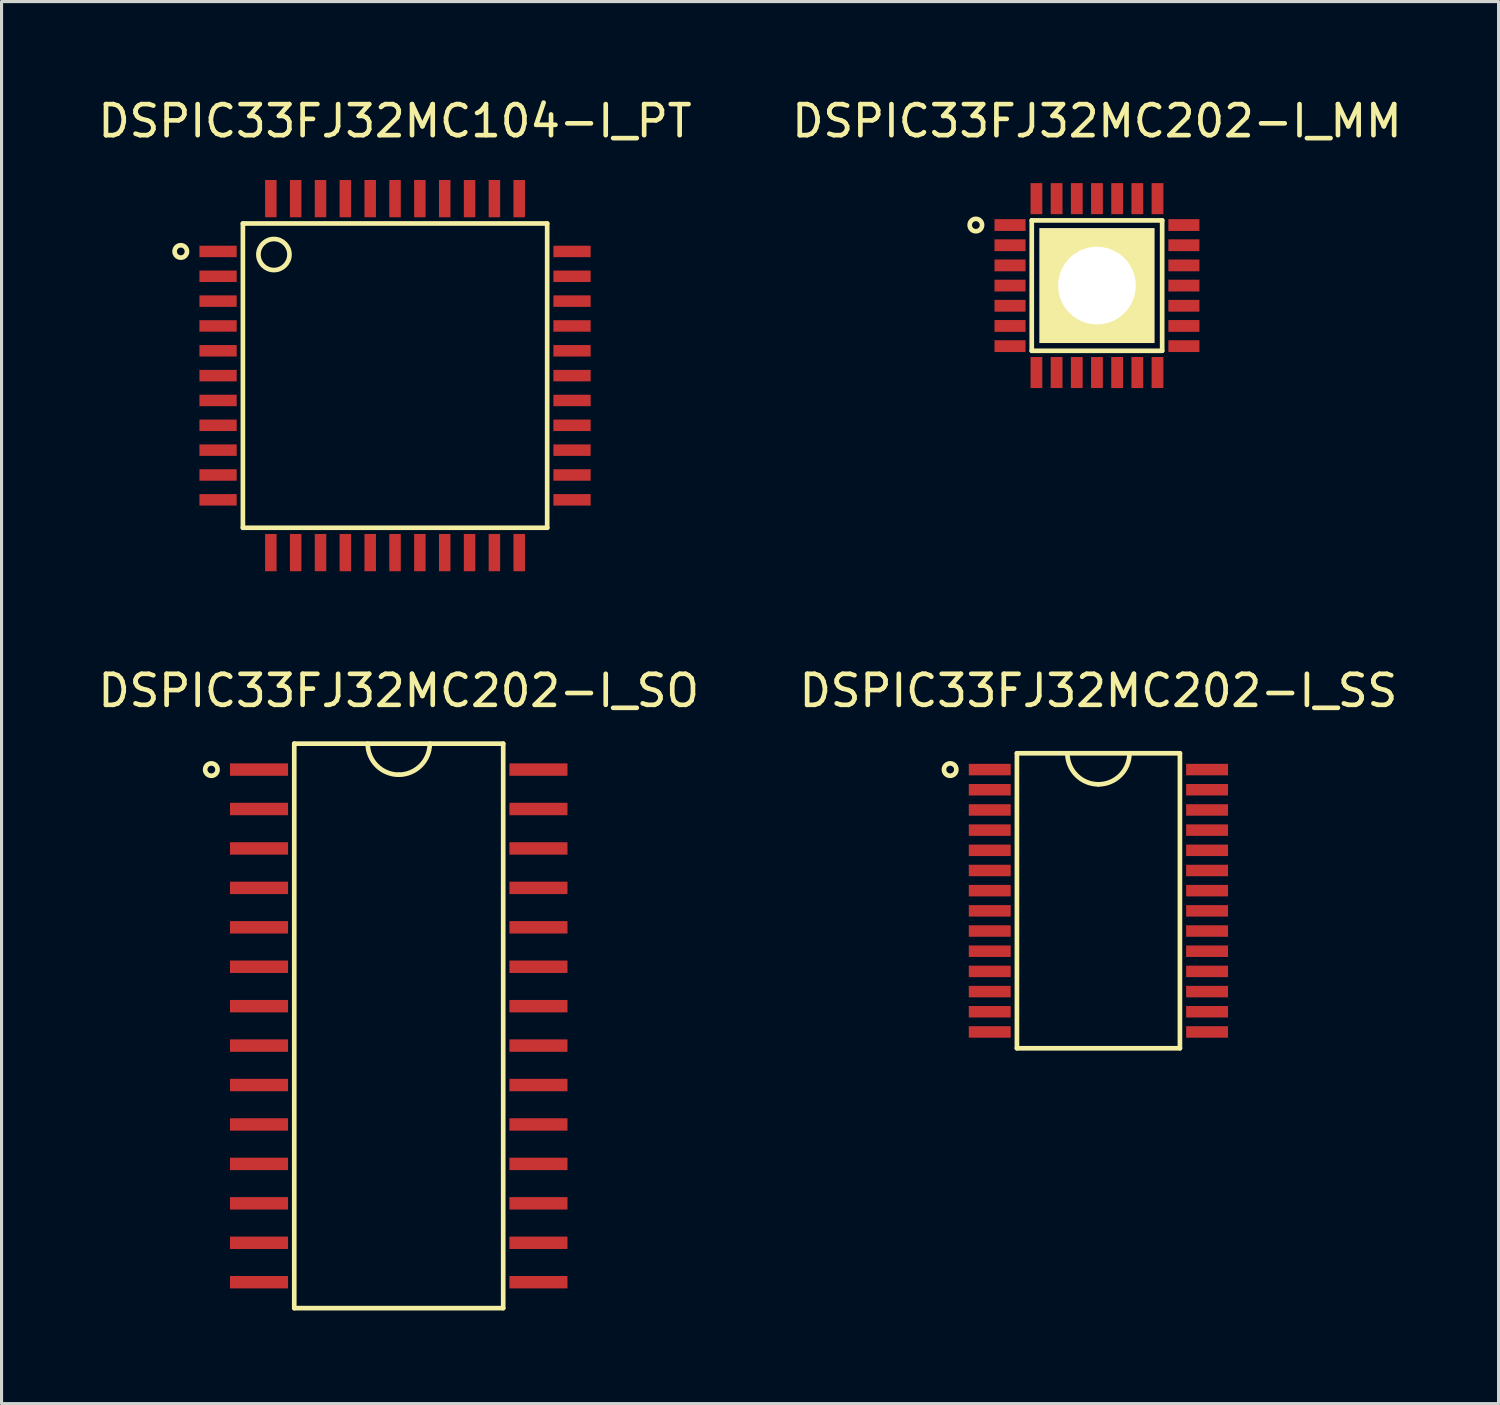
<source format=kicad_pcb>
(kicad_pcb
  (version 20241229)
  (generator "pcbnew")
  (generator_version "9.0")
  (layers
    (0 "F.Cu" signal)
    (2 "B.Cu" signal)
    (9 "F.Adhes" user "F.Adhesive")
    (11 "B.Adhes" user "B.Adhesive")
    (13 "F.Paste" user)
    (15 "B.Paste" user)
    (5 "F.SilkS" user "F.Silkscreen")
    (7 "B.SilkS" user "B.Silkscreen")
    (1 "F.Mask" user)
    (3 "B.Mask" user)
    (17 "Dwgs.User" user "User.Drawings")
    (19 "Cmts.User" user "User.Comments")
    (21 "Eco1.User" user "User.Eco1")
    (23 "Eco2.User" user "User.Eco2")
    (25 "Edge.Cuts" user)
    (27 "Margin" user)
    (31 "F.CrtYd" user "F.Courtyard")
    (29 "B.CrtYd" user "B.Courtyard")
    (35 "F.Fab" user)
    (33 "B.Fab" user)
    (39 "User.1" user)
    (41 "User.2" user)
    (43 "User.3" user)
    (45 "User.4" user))
  (footprint "DSPIC33FJ32MC202-I_SS"
    (layer "F.Cu")
    (at 28.827 21.736)
    (property "Reference" "DSPIC33FJ32MC202-I_SS" (at 3.5 -2.54 0) (layer "F.SilkS") (effects (font (size 1 1) (thickness 0.15))))
    (attr through_hole)
    (fp_line (start 0.875 -0.525) (end 6.125 -0.525) (stroke (width 0.15) (type solid)) (layer "F.SilkS"))
    (fp_line (start 0.875 8.975) (end 0.875 -0.525) (stroke (width 0.15) (type solid)) (layer "F.SilkS"))
    (fp_line (start 6.125 -0.525) (end 6.125 8.975) (stroke (width 0.15) (type solid)) (layer "F.SilkS"))
    (fp_line (start 6.125 8.975) (end 0.875 8.975) (stroke (width 0.15) (type solid)) (layer "F.SilkS"))
    (fp_arc (start 3.5 0.475) (mid 2.792893 0.182107) (end 2.5 -0.525) (stroke (width 0.15) (type solid)) (layer "F.SilkS"))
    (fp_arc (start 4.5 -0.525) (mid 4.207107 0.182107) (end 3.5 0.475) (stroke (width 0.15) (type solid)) (layer "F.SilkS"))
    (fp_circle (center -1.275 0) (end -1.275 0.2) (stroke (width 0.15) (type solid)) (fill no) (layer "F.SilkS"))
    (pad "1" smd rect (at 0 0) (size 1.35 0.37) (layers "F.Cu" "F.Mask" "F.Paste"))
    (pad "2" smd rect (at 0 0.65) (size 1.35 0.37) (layers "F.Cu" "F.Mask" "F.Paste"))
    (pad "3" smd rect (at 0 1.3) (size 1.35 0.37) (layers "F.Cu" "F.Mask" "F.Paste"))
    (pad "4" smd rect (at 0 1.95) (size 1.35 0.37) (layers "F.Cu" "F.Mask" "F.Paste"))
    (pad "5" smd rect (at 0 2.6) (size 1.35 0.37) (layers "F.Cu" "F.Mask" "F.Paste"))
    (pad "6" smd rect (at 0 3.25) (size 1.35 0.37) (layers "F.Cu" "F.Mask" "F.Paste"))
    (pad "7" smd rect (at 0 3.9) (size 1.35 0.37) (layers "F.Cu" "F.Mask" "F.Paste"))
    (pad "8" smd rect (at 0 4.55) (size 1.35 0.37) (layers "F.Cu" "F.Mask" "F.Paste"))
    (pad "9" smd rect (at 0 5.2) (size 1.35 0.37) (layers "F.Cu" "F.Mask" "F.Paste"))
    (pad "10" smd rect (at 0 5.85) (size 1.35 0.37) (layers "F.Cu" "F.Mask" "F.Paste"))
    (pad "11" smd rect (at 0 6.5) (size 1.35 0.37) (layers "F.Cu" "F.Mask" "F.Paste"))
    (pad "12" smd rect (at 0 7.15) (size 1.35 0.37) (layers "F.Cu" "F.Mask" "F.Paste"))
    (pad "13" smd rect (at 0 7.8) (size 1.35 0.37) (layers "F.Cu" "F.Mask" "F.Paste"))
    (pad "14" smd rect (at 0 8.45) (size 1.35 0.37) (layers "F.Cu" "F.Mask" "F.Paste"))
    (pad "15" smd rect (at 7 8.45) (size 1.35 0.37) (layers "F.Cu" "F.Mask" "F.Paste"))
    (pad "16" smd rect (at 7 7.8) (size 1.35 0.37) (layers "F.Cu" "F.Mask" "F.Paste"))
    (pad "17" smd rect (at 7 7.15) (size 1.35 0.37) (layers "F.Cu" "F.Mask" "F.Paste"))
    (pad "18" smd rect (at 7 6.5) (size 1.35 0.37) (layers "F.Cu" "F.Mask" "F.Paste"))
    (pad "19" smd rect (at 7 5.85) (size 1.35 0.37) (layers "F.Cu" "F.Mask" "F.Paste"))
    (pad "20" smd rect (at 7 5.2) (size 1.35 0.37) (layers "F.Cu" "F.Mask" "F.Paste"))
    (pad "21" smd rect (at 7 4.55) (size 1.35 0.37) (layers "F.Cu" "F.Mask" "F.Paste"))
    (pad "22" smd rect (at 7 3.9) (size 1.35 0.37) (layers "F.Cu" "F.Mask" "F.Paste"))
    (pad "23" smd rect (at 7 3.25) (size 1.35 0.37) (layers "F.Cu" "F.Mask" "F.Paste"))
    (pad "24" smd rect (at 7 2.6) (size 1.35 0.37) (layers "F.Cu" "F.Mask" "F.Paste"))
    (pad "25" smd rect (at 7 1.95) (size 1.35 0.37) (layers "F.Cu" "F.Mask" "F.Paste"))
    (pad "26" smd rect (at 7 1.3) (size 1.35 0.37) (layers "F.Cu" "F.Mask" "F.Paste"))
    (pad "27" smd rect (at 7 0.65) (size 1.35 0.37) (layers "F.Cu" "F.Mask" "F.Paste"))
    (pad "28" smd rect (at 7 0) (size 1.35 0.37) (layers "F.Cu" "F.Mask" "F.Paste")))
  (footprint "DSPIC33FJ32MC104-I_PT"
    (layer "F.Cu")
    (at 3.973 3.348)
    (property "Reference" "DSPIC33FJ32MC104-I_PT" (at 5.7 -2.5 0) (layer "F.SilkS") (effects (font (size 1 1) (thickness 0.15))))
    (attr through_hole)
    (fp_line (start 0.8 0.8) (end 0.8 10.6) (stroke (width 0.15) (type solid)) (layer "F.SilkS"))
    (fp_line (start 0.8 0.8) (end 10.6 0.8) (stroke (width 0.15) (type solid)) (layer "F.SilkS"))
    (fp_line (start 0.8 10.6) (end 10.6 10.6) (stroke (width 0.15) (type solid)) (layer "F.SilkS"))
    (fp_line (start 10.6 10.6) (end 10.6 0.8) (stroke (width 0.15) (type solid)) (layer "F.SilkS"))
    (fp_circle (center -1.2 1.7) (end -1.2 1.5) (stroke (width 0.15) (type solid)) (fill no) (layer "F.SilkS"))
    (fp_circle (center 1.8 1.8) (end 1.8 1.3) (stroke (width 0.15) (type solid)) (fill no) (layer "F.SilkS"))
    (pad "1" smd rect (at 0 1.7) (size 1.2 0.37) (layers "F.Cu" "F.Mask" "F.Paste"))
    (pad "2" smd rect (at 0 2.5) (size 1.2 0.37) (layers "F.Cu" "F.Mask" "F.Paste"))
    (pad "3" smd rect (at 0 3.3) (size 1.2 0.37) (layers "F.Cu" "F.Mask" "F.Paste"))
    (pad "4" smd rect (at 0 4.1) (size 1.2 0.37) (layers "F.Cu" "F.Mask" "F.Paste"))
    (pad "5" smd rect (at 0 4.9) (size 1.2 0.37) (layers "F.Cu" "F.Mask" "F.Paste"))
    (pad "6" smd rect (at 0 5.7) (size 1.2 0.37) (layers "F.Cu" "F.Mask" "F.Paste"))
    (pad "7" smd rect (at 0 6.5) (size 1.2 0.37) (layers "F.Cu" "F.Mask" "F.Paste"))
    (pad "8" smd rect (at 0 7.3) (size 1.2 0.37) (layers "F.Cu" "F.Mask" "F.Paste"))
    (pad "9" smd rect (at 0 8.1) (size 1.2 0.37) (layers "F.Cu" "F.Mask" "F.Paste"))
    (pad "10" smd rect (at 0 8.9) (size 1.2 0.37) (layers "F.Cu" "F.Mask" "F.Paste"))
    (pad "11" smd rect (at 0 9.7) (size 1.2 0.37) (layers "F.Cu" "F.Mask" "F.Paste"))
    (pad "12" smd rect (at 1.7 11.4) (size 0.37 1.2) (layers "F.Cu" "F.Mask" "F.Paste"))
    (pad "13" smd rect (at 2.5 11.4) (size 0.37 1.2) (layers "F.Cu" "F.Mask" "F.Paste"))
    (pad "14" smd rect (at 3.3 11.4) (size 0.37 1.2) (layers "F.Cu" "F.Mask" "F.Paste"))
    (pad "15" smd rect (at 4.1 11.4) (size 0.37 1.2) (layers "F.Cu" "F.Mask" "F.Paste"))
    (pad "16" smd rect (at 4.9 11.4) (size 0.37 1.2) (layers "F.Cu" "F.Mask" "F.Paste"))
    (pad "17" smd rect (at 5.7 11.4) (size 0.37 1.2) (layers "F.Cu" "F.Mask" "F.Paste"))
    (pad "18" smd rect (at 6.5 11.4) (size 0.37 1.2) (layers "F.Cu" "F.Mask" "F.Paste"))
    (pad "19" smd rect (at 7.3 11.4) (size 0.37 1.2) (layers "F.Cu" "F.Mask" "F.Paste"))
    (pad "20" smd rect (at 8.1 11.4) (size 0.37 1.2) (layers "F.Cu" "F.Mask" "F.Paste"))
    (pad "21" smd rect (at 8.9 11.4) (size 0.37 1.2) (layers "F.Cu" "F.Mask" "F.Paste"))
    (pad "22" smd rect (at 9.7 11.4) (size 0.37 1.2) (layers "F.Cu" "F.Mask" "F.Paste"))
    (pad "23" smd rect (at 11.4 9.7) (size 1.2 0.37) (layers "F.Cu" "F.Mask" "F.Paste"))
    (pad "24" smd rect (at 11.4 8.9) (size 1.2 0.37) (layers "F.Cu" "F.Mask" "F.Paste"))
    (pad "25" smd rect (at 11.4 8.1) (size 1.2 0.37) (layers "F.Cu" "F.Mask" "F.Paste"))
    (pad "26" smd rect (at 11.4 7.3) (size 1.2 0.37) (layers "F.Cu" "F.Mask" "F.Paste"))
    (pad "27" smd rect (at 11.4 6.5) (size 1.2 0.37) (layers "F.Cu" "F.Mask" "F.Paste"))
    (pad "28" smd rect (at 11.4 5.7) (size 1.2 0.37) (layers "F.Cu" "F.Mask" "F.Paste"))
    (pad "29" smd rect (at 11.4 4.9) (size 1.2 0.37) (layers "F.Cu" "F.Mask" "F.Paste"))
    (pad "30" smd rect (at 11.4 4.1) (size 1.2 0.37) (layers "F.Cu" "F.Mask" "F.Paste"))
    (pad "31" smd rect (at 11.4 3.3) (size 1.2 0.37) (layers "F.Cu" "F.Mask" "F.Paste"))
    (pad "32" smd rect (at 11.4 2.5) (size 1.2 0.37) (layers "F.Cu" "F.Mask" "F.Paste"))
    (pad "33" smd rect (at 11.4 1.7) (size 1.2 0.37) (layers "F.Cu" "F.Mask" "F.Paste"))
    (pad "34" smd rect (at 9.7 0) (size 0.37 1.2) (layers "F.Cu" "F.Mask" "F.Paste"))
    (pad "35" smd rect (at 8.9 0) (size 0.37 1.2) (layers "F.Cu" "F.Mask" "F.Paste"))
    (pad "36" smd rect (at 8.1 0) (size 0.37 1.2) (layers "F.Cu" "F.Mask" "F.Paste"))
    (pad "37" smd rect (at 7.3 0) (size 0.37 1.2) (layers "F.Cu" "F.Mask" "F.Paste"))
    (pad "38" smd rect (at 6.5 0) (size 0.37 1.2) (layers "F.Cu" "F.Mask" "F.Paste"))
    (pad "39" smd rect (at 5.7 0) (size 0.37 1.2) (layers "F.Cu" "F.Mask" "F.Paste"))
    (pad "40" smd rect (at 4.9 0) (size 0.37 1.2) (layers "F.Cu" "F.Mask" "F.Paste"))
    (pad "41" smd rect (at 4.1 0) (size 0.37 1.2) (layers "F.Cu" "F.Mask" "F.Paste"))
    (pad "42" smd rect (at 3.3 0) (size 0.37 1.2) (layers "F.Cu" "F.Mask" "F.Paste"))
    (pad "43" smd rect (at 2.5 0) (size 0.37 1.2) (layers "F.Cu" "F.Mask" "F.Paste"))
    (pad "44" smd rect (at 1.7 0) (size 0.37 1.2) (layers "F.Cu" "F.Mask" "F.Paste")))
  (footprint "DSPIC33FJ32MC202-I_SO"
    (layer "F.Cu")
    (at 5.292 21.736)
    (property "Reference" "DSPIC33FJ32MC202-I_SO" (at 4.5 -2.54 0) (layer "F.SilkS") (effects (font (size 1 1) (thickness 0.15))))
    (attr through_hole)
    (fp_line (start 1.135 -0.835) (end 7.865 -0.835) (stroke (width 0.15) (type solid)) (layer "F.SilkS"))
    (fp_line (start 1.135 17.345) (end 1.135 -0.835) (stroke (width 0.15) (type solid)) (layer "F.SilkS"))
    (fp_line (start 7.865 -0.835) (end 7.865 17.345) (stroke (width 0.15) (type solid)) (layer "F.SilkS"))
    (fp_line (start 7.865 17.345) (end 1.135 17.345) (stroke (width 0.15) (type solid)) (layer "F.SilkS"))
    (fp_arc (start 4.5 0.165) (mid 3.792893 -0.127893) (end 3.5 -0.835) (stroke (width 0.15) (type solid)) (layer "F.SilkS"))
    (fp_arc (start 5.5 -0.835) (mid 5.207107 -0.127893) (end 4.5 0.165) (stroke (width 0.15) (type solid)) (layer "F.SilkS"))
    (fp_circle (center -1.535 0) (end -1.535 0.2) (stroke (width 0.15) (type solid)) (fill no) (layer "F.SilkS"))
    (pad "1" smd rect (at 0 0) (size 1.87 0.4) (layers "F.Cu" "F.Mask" "F.Paste"))
    (pad "2" smd rect (at 0 1.27) (size 1.87 0.4) (layers "F.Cu" "F.Mask" "F.Paste"))
    (pad "3" smd rect (at 0 2.54) (size 1.87 0.4) (layers "F.Cu" "F.Mask" "F.Paste"))
    (pad "4" smd rect (at 0 3.81) (size 1.87 0.4) (layers "F.Cu" "F.Mask" "F.Paste"))
    (pad "5" smd rect (at 0 5.08) (size 1.87 0.4) (layers "F.Cu" "F.Mask" "F.Paste"))
    (pad "6" smd rect (at 0 6.35) (size 1.87 0.4) (layers "F.Cu" "F.Mask" "F.Paste"))
    (pad "7" smd rect (at 0 7.62) (size 1.87 0.4) (layers "F.Cu" "F.Mask" "F.Paste"))
    (pad "8" smd rect (at 0 8.89) (size 1.87 0.4) (layers "F.Cu" "F.Mask" "F.Paste"))
    (pad "9" smd rect (at 0 10.16) (size 1.87 0.4) (layers "F.Cu" "F.Mask" "F.Paste"))
    (pad "10" smd rect (at 0 11.43) (size 1.87 0.4) (layers "F.Cu" "F.Mask" "F.Paste"))
    (pad "11" smd rect (at 0 12.7) (size 1.87 0.4) (layers "F.Cu" "F.Mask" "F.Paste"))
    (pad "12" smd rect (at 0 13.97) (size 1.87 0.4) (layers "F.Cu" "F.Mask" "F.Paste"))
    (pad "13" smd rect (at 0 15.24) (size 1.87 0.4) (layers "F.Cu" "F.Mask" "F.Paste"))
    (pad "14" smd rect (at 0 16.51) (size 1.87 0.4) (layers "F.Cu" "F.Mask" "F.Paste"))
    (pad "15" smd rect (at 9 16.51) (size 1.87 0.4) (layers "F.Cu" "F.Mask" "F.Paste"))
    (pad "16" smd rect (at 9 15.24) (size 1.87 0.4) (layers "F.Cu" "F.Mask" "F.Paste"))
    (pad "17" smd rect (at 9 13.97) (size 1.87 0.4) (layers "F.Cu" "F.Mask" "F.Paste"))
    (pad "18" smd rect (at 9 12.7) (size 1.87 0.4) (layers "F.Cu" "F.Mask" "F.Paste"))
    (pad "19" smd rect (at 9 11.43) (size 1.87 0.4) (layers "F.Cu" "F.Mask" "F.Paste"))
    (pad "20" smd rect (at 9 10.16) (size 1.87 0.4) (layers "F.Cu" "F.Mask" "F.Paste"))
    (pad "21" smd rect (at 9 8.89) (size 1.87 0.4) (layers "F.Cu" "F.Mask" "F.Paste"))
    (pad "22" smd rect (at 9 7.62) (size 1.87 0.4) (layers "F.Cu" "F.Mask" "F.Paste"))
    (pad "23" smd rect (at 9 6.35) (size 1.87 0.4) (layers "F.Cu" "F.Mask" "F.Paste"))
    (pad "24" smd rect (at 9 5.08) (size 1.87 0.4) (layers "F.Cu" "F.Mask" "F.Paste"))
    (pad "25" smd rect (at 9 3.81) (size 1.87 0.4) (layers "F.Cu" "F.Mask" "F.Paste"))
    (pad "26" smd rect (at 9 2.54) (size 1.87 0.4) (layers "F.Cu" "F.Mask" "F.Paste"))
    (pad "27" smd rect (at 9 1.27) (size 1.87 0.4) (layers "F.Cu" "F.Mask" "F.Paste"))
    (pad "28" smd rect (at 9 0) (size 1.87 0.4) (layers "F.Cu" "F.Mask" "F.Paste")))
  (footprint "DSPIC33FJ32MC202-I_MM"
    (layer "F.Cu")
    (at 29.48 3.348)
    (property "Reference" "DSPIC33FJ32MC202-I_MM" (at 2.8 -2.5 0) (layer "F.SilkS") (effects (font (size 1 1) (thickness 0.15))))
    (attr through_hole)
    (fp_line (start 0.7 0.7) (end 0.7 4.9) (stroke (width 0.15) (type solid)) (layer "F.SilkS"))
    (fp_line (start 0.7 0.7) (end 4.9 0.7) (stroke (width 0.15) (type solid)) (layer "F.SilkS"))
    (fp_line (start 0.7 4.9) (end 4.9 4.9) (stroke (width 0.15) (type solid)) (layer "F.SilkS"))
    (fp_line (start 4.9 4.9) (end 4.9 0.7) (stroke (width 0.15) (type solid)) (layer "F.SilkS"))
    (fp_circle (center -1.1 0.85) (end -1.1 0.65) (stroke (width 0.15) (type solid)) (fill no) (layer "F.SilkS"))
    (fp_circle (center 1.7 1.7) (end 1.7 1.2) (stroke (width 0.15) (type solid)) (fill no) (layer "F.SilkS"))
    (pad "1" smd rect (at 0 0.85) (size 1 0.38) (layers "F.Cu" "F.Mask" "F.Paste"))
    (pad "2" smd rect (at 0 1.5) (size 1 0.38) (layers "F.Cu" "F.Mask" "F.Paste"))
    (pad "3" smd rect (at 0 2.15) (size 1 0.38) (layers "F.Cu" "F.Mask" "F.Paste"))
    (pad "4" smd rect (at 0 2.8) (size 1 0.38) (layers "F.Cu" "F.Mask" "F.Paste"))
    (pad "5" smd rect (at 0 3.45) (size 1 0.38) (layers "F.Cu" "F.Mask" "F.Paste"))
    (pad "6" smd rect (at 0 4.1) (size 1 0.38) (layers "F.Cu" "F.Mask" "F.Paste"))
    (pad "7" smd rect (at 0 4.75) (size 1 0.38) (layers "F.Cu" "F.Mask" "F.Paste"))
    (pad "8" smd rect (at 0.85 5.6) (size 0.38 1) (layers "F.Cu" "F.Mask" "F.Paste"))
    (pad "9" smd rect (at 1.5 5.6) (size 0.38 1) (layers "F.Cu" "F.Mask" "F.Paste"))
    (pad "10" smd rect (at 2.15 5.6) (size 0.38 1) (layers "F.Cu" "F.Mask" "F.Paste"))
    (pad "11" smd rect (at 2.8 5.6) (size 0.38 1) (layers "F.Cu" "F.Mask" "F.Paste"))
    (pad "12" smd rect (at 3.45 5.6) (size 0.38 1) (layers "F.Cu" "F.Mask" "F.Paste"))
    (pad "13" smd rect (at 4.1 5.6) (size 0.38 1) (layers "F.Cu" "F.Mask" "F.Paste"))
    (pad "14" smd rect (at 4.75 5.6) (size 0.38 1) (layers "F.Cu" "F.Mask" "F.Paste"))
    (pad "15" smd rect (at 5.6 4.75) (size 1 0.38) (layers "F.Cu" "F.Mask" "F.Paste"))
    (pad "16" smd rect (at 5.6 4.1) (size 1 0.38) (layers "F.Cu" "F.Mask" "F.Paste"))
    (pad "17" smd rect (at 5.6 3.45) (size 1 0.38) (layers "F.Cu" "F.Mask" "F.Paste"))
    (pad "18" smd rect (at 5.6 2.8) (size 1 0.38) (layers "F.Cu" "F.Mask" "F.Paste"))
    (pad "19" smd rect (at 5.6 2.15) (size 1 0.38) (layers "F.Cu" "F.Mask" "F.Paste"))
    (pad "20" smd rect (at 5.6 1.5) (size 1 0.38) (layers "F.Cu" "F.Mask" "F.Paste"))
    (pad "21" smd rect (at 5.6 0.85) (size 1 0.38) (layers "F.Cu" "F.Mask" "F.Paste"))
    (pad "22" smd rect (at 4.75 0) (size 0.38 1) (layers "F.Cu" "F.Mask" "F.Paste"))
    (pad "23" smd rect (at 4.1 0) (size 0.38 1) (layers "F.Cu" "F.Mask" "F.Paste"))
    (pad "24" smd rect (at 3.45 0) (size 0.38 1) (layers "F.Cu" "F.Mask" "F.Paste"))
    (pad "25" smd rect (at 2.8 0) (size 0.38 1) (layers "F.Cu" "F.Mask" "F.Paste"))
    (pad "26" smd rect (at 2.15 0) (size 0.38 1) (layers "F.Cu" "F.Mask" "F.Paste"))
    (pad "27" smd rect (at 1.5 0) (size 0.38 1) (layers "F.Cu" "F.Mask" "F.Paste"))
    (pad "28" smd rect (at 0.85 0) (size 0.38 1) (layers "F.Cu" "F.Mask" "F.Paste"))
    (pad "999" thru_hole rect (at 2.8 2.8) (size 3.7 3.7) (drill 2.5) (layers "*.Cu" "*.Mask" "F.SilkS")))
  (gr_rect
    (start -3 -3)
    (end 45.214 42.157)
    (stroke (width 0.1) (type default))
    (fill no)
    (layer "Edge.Cuts")))
</source>
